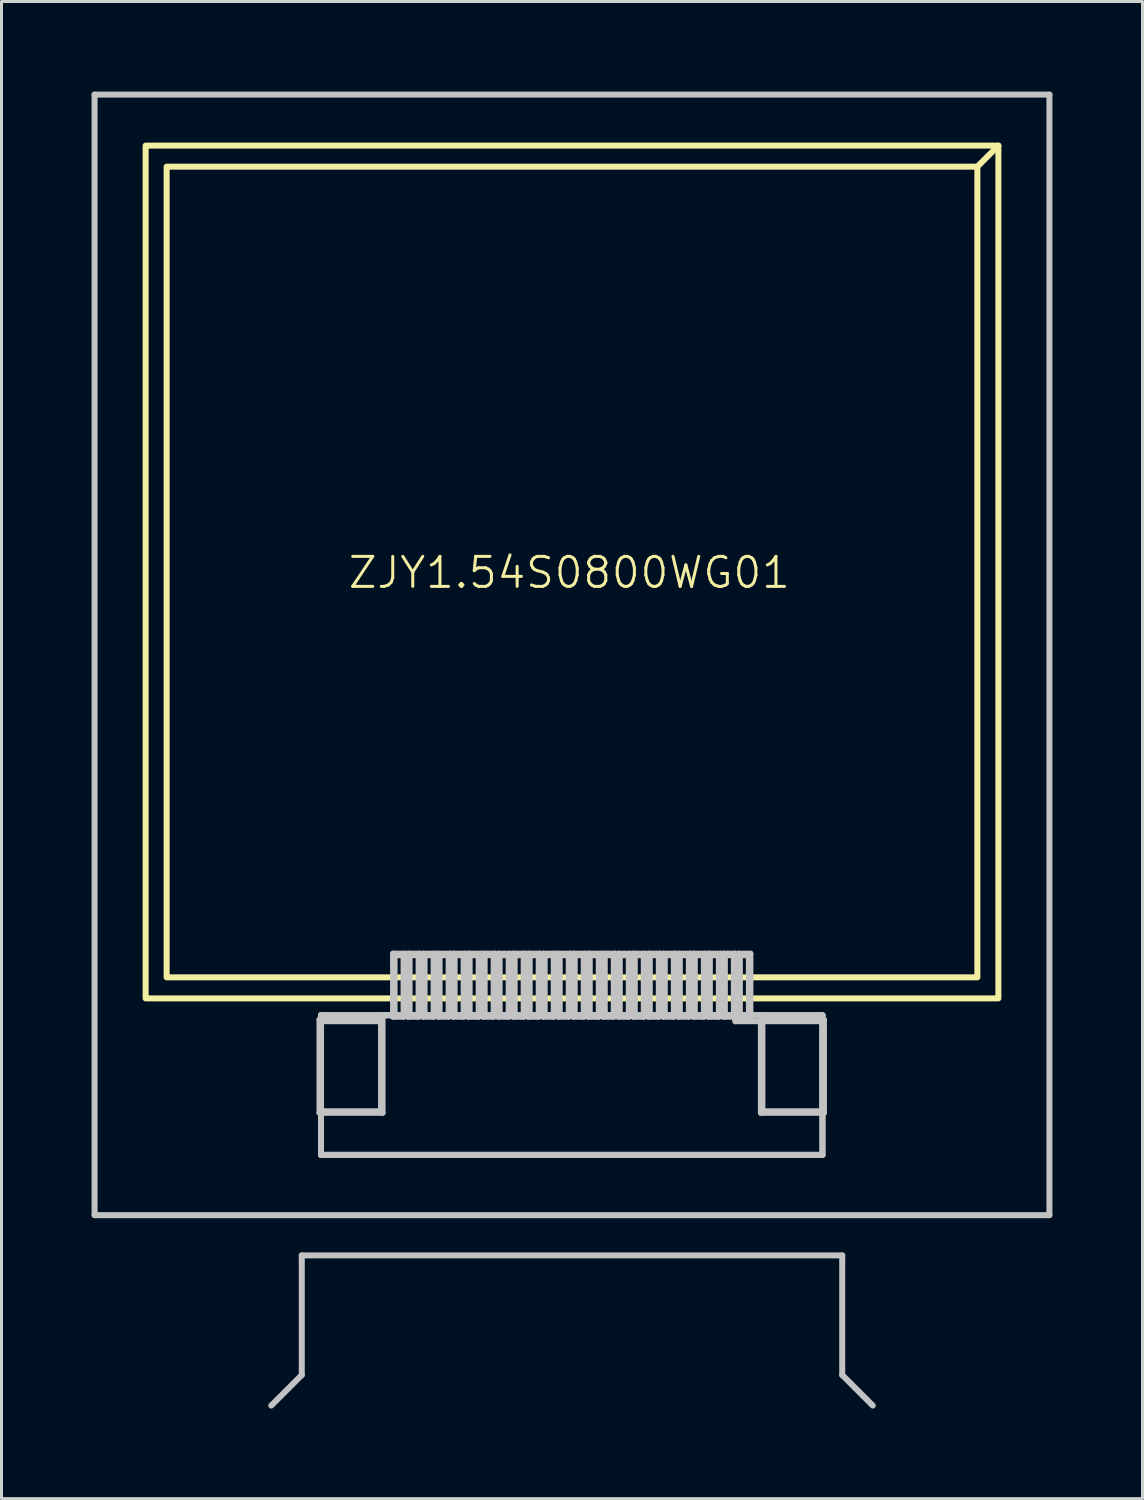
<source format=kicad_pcb>
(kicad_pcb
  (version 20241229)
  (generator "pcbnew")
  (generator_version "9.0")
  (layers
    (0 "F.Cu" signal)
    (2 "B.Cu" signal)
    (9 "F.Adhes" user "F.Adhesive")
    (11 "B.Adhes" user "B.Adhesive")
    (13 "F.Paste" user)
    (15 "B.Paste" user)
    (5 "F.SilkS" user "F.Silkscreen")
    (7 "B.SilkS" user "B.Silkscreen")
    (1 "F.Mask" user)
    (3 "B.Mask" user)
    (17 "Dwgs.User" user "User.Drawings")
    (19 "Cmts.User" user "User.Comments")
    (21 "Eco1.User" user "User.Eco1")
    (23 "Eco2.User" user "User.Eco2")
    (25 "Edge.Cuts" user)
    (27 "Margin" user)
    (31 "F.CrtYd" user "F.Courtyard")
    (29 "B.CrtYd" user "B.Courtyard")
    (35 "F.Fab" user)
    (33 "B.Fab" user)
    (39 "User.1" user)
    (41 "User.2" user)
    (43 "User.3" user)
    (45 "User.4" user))
  (footprint "ZJY1.54S0800WG01"
    (layer "F.Cu")
    (at 15.911 16.521)
    (property "Reference" "ZJY1.54S0800WG01" (at 0 -0.5 0) (unlocked yes) (layer "F.SilkS") (effects (font (size 1 1) (thickness 0.1))))
    (attr smd board_only exclude_from_pos_files exclude_from_bom)
    (fp_line (start 13.589 -14.021) (end 14.289 -14.721) (stroke (width 0.2) (type default)) (layer "F.SilkS"))
    (fp_poly (pts (xy -14.111 13.679) (xy -14.111 -14.721) (xy 14.289 -14.721) (xy 14.289 13.679)) (stroke (width 0.2) (type solid)) (fill no) (layer "F.SilkS"))
    (fp_poly (pts (xy -13.411 -14.021) (xy -13.411 12.979) (xy 13.589 12.979) (xy 13.589 -14.021)) (stroke (width 0.2) (type solid)) (fill no) (layer "F.SilkS"))
    (fp_line (start -15.811 -16.421) (end -15.811 20.899) (stroke (width 0.2) (type default)) (layer "Dwgs.User"))
    (fp_line (start -15.811 20.899) (end 15.989 20.899) (stroke (width 0.2) (type default)) (layer "Dwgs.User"))
    (fp_line (start -8.911 22.239) (end -8.911 26.223) (stroke (width 0.2) (type default)) (layer "Dwgs.User"))
    (fp_line (start -8.911 26.223) (end -9.927 27.239) (stroke (width 0.2) (type default)) (layer "Dwgs.User"))
    (fp_line (start -8.32 14.39) (end -6.27 14.39) (stroke (width 0.2) (type default)) (layer "Dwgs.User"))
    (fp_line (start -8.32 17.49) (end -8.32 14.39) (stroke (width 0.2) (type default)) (layer "Dwgs.User"))
    (fp_line (start -8.27 14.24) (end -8.27 18.89) (stroke (width 0.2) (type default)) (layer "Dwgs.User"))
    (fp_line (start -8.27 14.24) (end -8.27 18.89) (stroke (width 0.2) (type default)) (layer "Dwgs.User"))
    (fp_line (start -8.27 14.44) (end -6.27 14.44) (stroke (width 0.2) (type default)) (layer "Dwgs.User"))
    (fp_line (start -8.27 17.44) (end -8.27 14.44) (stroke (width 0.2) (type default)) (layer "Dwgs.User"))
    (fp_line (start -8.27 18.89) (end 8.43 18.89) (stroke (width 0.2) (type default)) (layer "Dwgs.User"))
    (fp_line (start -8.27 18.89) (end 8.43 18.89) (stroke (width 0.2) (type default)) (layer "Dwgs.User"))
    (fp_line (start -6.27 14.39) (end -6.27 17.44) (stroke (width 0.2) (type default)) (layer "Dwgs.User"))
    (fp_line (start -6.27 17.44) (end -8.27 17.44) (stroke (width 0.2) (type default)) (layer "Dwgs.User"))
    (fp_line (start -6.22 14.24) (end -6.22 17.49) (stroke (width 0.2) (type default)) (layer "Dwgs.User"))
    (fp_line (start -6.22 17.49) (end -8.32 17.49) (stroke (width 0.2) (type default)) (layer "Dwgs.User"))
    (fp_line (start -5.87 12.19) (end -5.47 12.19) (stroke (width 0.2) (type default)) (layer "Dwgs.User"))
    (fp_line (start -5.87 14.29) (end -5.87 12.19) (stroke (width 0.2) (type default)) (layer "Dwgs.User"))
    (fp_line (start -5.82 12.24) (end -5.52 12.24) (stroke (width 0.2) (type default)) (layer "Dwgs.User"))
    (fp_line (start -5.82 14.24) (end -5.82 12.24) (stroke (width 0.2) (type default)) (layer "Dwgs.User"))
    (fp_line (start -5.52 12.24) (end -5.52 14.29) (stroke (width 0.2) (type default)) (layer "Dwgs.User"))
    (fp_line (start -5.52 14.24) (end -6.22 14.24) (stroke (width 0.2) (type default)) (layer "Dwgs.User"))
    (fp_line (start -5.52 14.29) (end -5.87 14.29) (stroke (width 0.2) (type default)) (layer "Dwgs.User"))
    (fp_line (start -5.47 12.19) (end -5.47 14.24) (stroke (width 0.2) (type default)) (layer "Dwgs.User"))
    (fp_line (start -5.37 12.19) (end -4.97 12.19) (stroke (width 0.2) (type default)) (layer "Dwgs.User"))
    (fp_line (start -5.37 14.29) (end -5.37 12.19) (stroke (width 0.2) (type default)) (layer "Dwgs.User"))
    (fp_line (start -5.32 12.24) (end -5.02 12.24) (stroke (width 0.2) (type default)) (layer "Dwgs.User"))
    (fp_line (start -5.32 14.24) (end -5.32 12.24) (stroke (width 0.2) (type default)) (layer "Dwgs.User"))
    (fp_line (start -5.02 12.24) (end -5.02 14.29) (stroke (width 0.2) (type default)) (layer "Dwgs.User"))
    (fp_line (start -5.02 14.24) (end -5.47 14.24) (stroke (width 0.2) (type default)) (layer "Dwgs.User"))
    (fp_line (start -5.02 14.29) (end -5.37 14.29) (stroke (width 0.2) (type default)) (layer "Dwgs.User"))
    (fp_line (start -4.97 12.19) (end -4.97 14.24) (stroke (width 0.2) (type default)) (layer "Dwgs.User"))
    (fp_line (start -4.87 12.19) (end -4.47 12.19) (stroke (width 0.2) (type default)) (layer "Dwgs.User"))
    (fp_line (start -4.87 14.29) (end -4.87 12.19) (stroke (width 0.2) (type default)) (layer "Dwgs.User"))
    (fp_line (start -4.82 12.24) (end -4.52 12.24) (stroke (width 0.2) (type default)) (layer "Dwgs.User"))
    (fp_line (start -4.82 14.24) (end -4.82 12.24) (stroke (width 0.2) (type default)) (layer "Dwgs.User"))
    (fp_line (start -4.52 12.24) (end -4.52 14.29) (stroke (width 0.2) (type default)) (layer "Dwgs.User"))
    (fp_line (start -4.52 14.24) (end -4.97 14.24) (stroke (width 0.2) (type default)) (layer "Dwgs.User"))
    (fp_line (start -4.52 14.29) (end -4.87 14.29) (stroke (width 0.2) (type default)) (layer "Dwgs.User"))
    (fp_line (start -4.47 12.19) (end -4.47 14.24) (stroke (width 0.2) (type default)) (layer "Dwgs.User"))
    (fp_line (start -4.37 12.19) (end -3.97 12.19) (stroke (width 0.2) (type default)) (layer "Dwgs.User"))
    (fp_line (start -4.37 14.29) (end -4.37 12.19) (stroke (width 0.2) (type default)) (layer "Dwgs.User"))
    (fp_line (start -4.32 12.24) (end -4.02 12.24) (stroke (width 0.2) (type default)) (layer "Dwgs.User"))
    (fp_line (start -4.32 14.24) (end -4.32 12.24) (stroke (width 0.2) (type default)) (layer "Dwgs.User"))
    (fp_line (start -4.02 12.24) (end -4.02 14.29) (stroke (width 0.2) (type default)) (layer "Dwgs.User"))
    (fp_line (start -4.02 14.24) (end -4.47 14.24) (stroke (width 0.2) (type default)) (layer "Dwgs.User"))
    (fp_line (start -4.02 14.29) (end -4.37 14.29) (stroke (width 0.2) (type default)) (layer "Dwgs.User"))
    (fp_line (start -3.97 12.19) (end -3.97 14.24) (stroke (width 0.2) (type default)) (layer "Dwgs.User"))
    (fp_line (start -3.87 12.19) (end -3.47 12.19) (stroke (width 0.2) (type default)) (layer "Dwgs.User"))
    (fp_line (start -3.87 14.29) (end -3.87 12.19) (stroke (width 0.2) (type default)) (layer "Dwgs.User"))
    (fp_line (start -3.82 12.24) (end -3.52 12.24) (stroke (width 0.2) (type default)) (layer "Dwgs.User"))
    (fp_line (start -3.82 14.24) (end -3.82 12.24) (stroke (width 0.2) (type default)) (layer "Dwgs.User"))
    (fp_line (start -3.52 12.24) (end -3.52 14.29) (stroke (width 0.2) (type default)) (layer "Dwgs.User"))
    (fp_line (start -3.52 14.24) (end -3.97 14.24) (stroke (width 0.2) (type default)) (layer "Dwgs.User"))
    (fp_line (start -3.52 14.29) (end -3.87 14.29) (stroke (width 0.2) (type default)) (layer "Dwgs.User"))
    (fp_line (start -3.47 12.19) (end -3.47 14.24) (stroke (width 0.2) (type default)) (layer "Dwgs.User"))
    (fp_line (start -3.37 12.19) (end -2.97 12.19) (stroke (width 0.2) (type default)) (layer "Dwgs.User"))
    (fp_line (start -3.37 14.29) (end -3.37 12.19) (stroke (width 0.2) (type default)) (layer "Dwgs.User"))
    (fp_line (start -3.32 12.24) (end -3.02 12.24) (stroke (width 0.2) (type default)) (layer "Dwgs.User"))
    (fp_line (start -3.32 14.24) (end -3.32 12.24) (stroke (width 0.2) (type default)) (layer "Dwgs.User"))
    (fp_line (start -3.02 12.24) (end -3.02 14.29) (stroke (width 0.2) (type default)) (layer "Dwgs.User"))
    (fp_line (start -3.02 14.24) (end -3.47 14.24) (stroke (width 0.2) (type default)) (layer "Dwgs.User"))
    (fp_line (start -3.02 14.29) (end -3.37 14.29) (stroke (width 0.2) (type default)) (layer "Dwgs.User"))
    (fp_line (start -2.97 12.19) (end -2.97 14.24) (stroke (width 0.2) (type default)) (layer "Dwgs.User"))
    (fp_line (start -2.87 12.19) (end -2.47 12.19) (stroke (width 0.2) (type default)) (layer "Dwgs.User"))
    (fp_line (start -2.87 14.29) (end -2.87 12.19) (stroke (width 0.2) (type default)) (layer "Dwgs.User"))
    (fp_line (start -2.82 12.24) (end -2.52 12.24) (stroke (width 0.2) (type default)) (layer "Dwgs.User"))
    (fp_line (start -2.82 14.24) (end -2.82 12.24) (stroke (width 0.2) (type default)) (layer "Dwgs.User"))
    (fp_line (start -2.52 12.24) (end -2.52 14.29) (stroke (width 0.2) (type default)) (layer "Dwgs.User"))
    (fp_line (start -2.52 14.24) (end -2.97 14.24) (stroke (width 0.2) (type default)) (layer "Dwgs.User"))
    (fp_line (start -2.52 14.29) (end -2.87 14.29) (stroke (width 0.2) (type default)) (layer "Dwgs.User"))
    (fp_line (start -2.47 12.19) (end -2.47 14.24) (stroke (width 0.2) (type default)) (layer "Dwgs.User"))
    (fp_line (start -2.37 12.19) (end -1.97 12.19) (stroke (width 0.2) (type default)) (layer "Dwgs.User"))
    (fp_line (start -2.37 14.29) (end -2.37 12.19) (stroke (width 0.2) (type default)) (layer "Dwgs.User"))
    (fp_line (start -2.32 12.24) (end -2.02 12.24) (stroke (width 0.2) (type default)) (layer "Dwgs.User"))
    (fp_line (start -2.32 14.24) (end -2.32 12.24) (stroke (width 0.2) (type default)) (layer "Dwgs.User"))
    (fp_line (start -2.02 12.24) (end -2.02 14.29) (stroke (width 0.2) (type default)) (layer "Dwgs.User"))
    (fp_line (start -2.02 14.24) (end -2.47 14.24) (stroke (width 0.2) (type default)) (layer "Dwgs.User"))
    (fp_line (start -2.02 14.29) (end -2.37 14.29) (stroke (width 0.2) (type default)) (layer "Dwgs.User"))
    (fp_line (start -1.97 12.19) (end -1.97 14.24) (stroke (width 0.2) (type default)) (layer "Dwgs.User"))
    (fp_line (start -1.87 12.19) (end -1.47 12.19) (stroke (width 0.2) (type default)) (layer "Dwgs.User"))
    (fp_line (start -1.87 14.29) (end -1.87 12.19) (stroke (width 0.2) (type default)) (layer "Dwgs.User"))
    (fp_line (start -1.82 12.24) (end -1.52 12.24) (stroke (width 0.2) (type default)) (layer "Dwgs.User"))
    (fp_line (start -1.82 14.24) (end -1.82 12.24) (stroke (width 0.2) (type default)) (layer "Dwgs.User"))
    (fp_line (start -1.52 12.24) (end -1.52 14.29) (stroke (width 0.2) (type default)) (layer "Dwgs.User"))
    (fp_line (start -1.52 14.24) (end -1.97 14.24) (stroke (width 0.2) (type default)) (layer "Dwgs.User"))
    (fp_line (start -1.52 14.29) (end -1.87 14.29) (stroke (width 0.2) (type default)) (layer "Dwgs.User"))
    (fp_line (start -1.47 12.19) (end -1.47 14.24) (stroke (width 0.2) (type default)) (layer "Dwgs.User"))
    (fp_line (start -1.37 12.19) (end -0.97 12.19) (stroke (width 0.2) (type default)) (layer "Dwgs.User"))
    (fp_line (start -1.37 14.29) (end -1.37 12.19) (stroke (width 0.2) (type default)) (layer "Dwgs.User"))
    (fp_line (start -1.32 12.24) (end -1.02 12.24) (stroke (width 0.2) (type default)) (layer "Dwgs.User"))
    (fp_line (start -1.32 14.24) (end -1.32 12.24) (stroke (width 0.2) (type default)) (layer "Dwgs.User"))
    (fp_line (start -1.02 12.24) (end -1.02 14.29) (stroke (width 0.2) (type default)) (layer "Dwgs.User"))
    (fp_line (start -1.02 14.24) (end -1.47 14.24) (stroke (width 0.2) (type default)) (layer "Dwgs.User"))
    (fp_line (start -1.02 14.29) (end -1.37 14.29) (stroke (width 0.2) (type default)) (layer "Dwgs.User"))
    (fp_line (start -0.97 12.19) (end -0.97 14.24) (stroke (width 0.2) (type default)) (layer "Dwgs.User"))
    (fp_line (start -0.87 12.19) (end -0.47 12.19) (stroke (width 0.2) (type default)) (layer "Dwgs.User"))
    (fp_line (start -0.87 14.29) (end -0.87 12.19) (stroke (width 0.2) (type default)) (layer "Dwgs.User"))
    (fp_line (start -0.82 12.24) (end -0.52 12.24) (stroke (width 0.2) (type default)) (layer "Dwgs.User"))
    (fp_line (start -0.82 14.24) (end -0.82 12.24) (stroke (width 0.2) (type default)) (layer "Dwgs.User"))
    (fp_line (start -0.52 12.24) (end -0.52 14.29) (stroke (width 0.2) (type default)) (layer "Dwgs.User"))
    (fp_line (start -0.52 14.24) (end -0.97 14.24) (stroke (width 0.2) (type default)) (layer "Dwgs.User"))
    (fp_line (start -0.52 14.29) (end -0.87 14.29) (stroke (width 0.2) (type default)) (layer "Dwgs.User"))
    (fp_line (start -0.47 12.19) (end -0.47 14.24) (stroke (width 0.2) (type default)) (layer "Dwgs.User"))
    (fp_line (start -0.37 12.19) (end 0.03 12.19) (stroke (width 0.2) (type default)) (layer "Dwgs.User"))
    (fp_line (start -0.37 14.29) (end -0.37 12.19) (stroke (width 0.2) (type default)) (layer "Dwgs.User"))
    (fp_line (start -0.32 12.24) (end -0.02 12.24) (stroke (width 0.2) (type default)) (layer "Dwgs.User"))
    (fp_line (start -0.32 14.24) (end -0.32 12.24) (stroke (width 0.2) (type default)) (layer "Dwgs.User"))
    (fp_line (start -0.02 12.24) (end -0.02 14.29) (stroke (width 0.2) (type default)) (layer "Dwgs.User"))
    (fp_line (start -0.02 14.24) (end -0.47 14.24) (stroke (width 0.2) (type default)) (layer "Dwgs.User"))
    (fp_line (start -0.02 14.29) (end -0.37 14.29) (stroke (width 0.2) (type default)) (layer "Dwgs.User"))
    (fp_line (start 0.03 12.19) (end 0.03 14.24) (stroke (width 0.2) (type default)) (layer "Dwgs.User"))
    (fp_line (start 0.13 12.19) (end 0.53 12.19) (stroke (width 0.2) (type default)) (layer "Dwgs.User"))
    (fp_line (start 0.13 14.29) (end 0.13 12.19) (stroke (width 0.2) (type default)) (layer "Dwgs.User"))
    (fp_line (start 0.18 12.24) (end 0.48 12.24) (stroke (width 0.2) (type default)) (layer "Dwgs.User"))
    (fp_line (start 0.18 14.24) (end 0.18 12.24) (stroke (width 0.2) (type default)) (layer "Dwgs.User"))
    (fp_line (start 0.48 12.24) (end 0.48 14.29) (stroke (width 0.2) (type default)) (layer "Dwgs.User"))
    (fp_line (start 0.48 14.24) (end 0.03 14.24) (stroke (width 0.2) (type default)) (layer "Dwgs.User"))
    (fp_line (start 0.48 14.29) (end 0.13 14.29) (stroke (width 0.2) (type default)) (layer "Dwgs.User"))
    (fp_line (start 0.53 12.19) (end 0.53 14.24) (stroke (width 0.2) (type default)) (layer "Dwgs.User"))
    (fp_line (start 0.63 12.19) (end 1.03 12.19) (stroke (width 0.2) (type default)) (layer "Dwgs.User"))
    (fp_line (start 0.63 14.29) (end 0.63 12.19) (stroke (width 0.2) (type default)) (layer "Dwgs.User"))
    (fp_line (start 0.68 12.24) (end 0.98 12.24) (stroke (width 0.2) (type default)) (layer "Dwgs.User"))
    (fp_line (start 0.68 14.24) (end 0.68 12.24) (stroke (width 0.2) (type default)) (layer "Dwgs.User"))
    (fp_line (start 0.98 12.24) (end 0.98 14.29) (stroke (width 0.2) (type default)) (layer "Dwgs.User"))
    (fp_line (start 0.98 14.24) (end 0.53 14.24) (stroke (width 0.2) (type default)) (layer "Dwgs.User"))
    (fp_line (start 0.98 14.29) (end 0.63 14.29) (stroke (width 0.2) (type default)) (layer "Dwgs.User"))
    (fp_line (start 1.03 12.19) (end 1.03 14.24) (stroke (width 0.2) (type default)) (layer "Dwgs.User"))
    (fp_line (start 1.13 12.19) (end 1.53 12.19) (stroke (width 0.2) (type default)) (layer "Dwgs.User"))
    (fp_line (start 1.13 14.29) (end 1.13 12.19) (stroke (width 0.2) (type default)) (layer "Dwgs.User"))
    (fp_line (start 1.18 12.24) (end 1.48 12.24) (stroke (width 0.2) (type default)) (layer "Dwgs.User"))
    (fp_line (start 1.18 14.24) (end 1.18 12.24) (stroke (width 0.2) (type default)) (layer "Dwgs.User"))
    (fp_line (start 1.48 12.24) (end 1.48 14.29) (stroke (width 0.2) (type default)) (layer "Dwgs.User"))
    (fp_line (start 1.48 14.24) (end 1.03 14.24) (stroke (width 0.2) (type default)) (layer "Dwgs.User"))
    (fp_line (start 1.48 14.29) (end 1.13 14.29) (stroke (width 0.2) (type default)) (layer "Dwgs.User"))
    (fp_line (start 1.53 12.19) (end 1.53 14.24) (stroke (width 0.2) (type default)) (layer "Dwgs.User"))
    (fp_line (start 1.63 12.19) (end 2.03 12.19) (stroke (width 0.2) (type default)) (layer "Dwgs.User"))
    (fp_line (start 1.63 14.29) (end 1.63 12.19) (stroke (width 0.2) (type default)) (layer "Dwgs.User"))
    (fp_line (start 1.68 12.24) (end 1.98 12.24) (stroke (width 0.2) (type default)) (layer "Dwgs.User"))
    (fp_line (start 1.68 14.24) (end 1.68 12.24) (stroke (width 0.2) (type default)) (layer "Dwgs.User"))
    (fp_line (start 1.98 12.24) (end 1.98 14.29) (stroke (width 0.2) (type default)) (layer "Dwgs.User"))
    (fp_line (start 1.98 14.24) (end 1.53 14.24) (stroke (width 0.2) (type default)) (layer "Dwgs.User"))
    (fp_line (start 1.98 14.29) (end 1.63 14.29) (stroke (width 0.2) (type default)) (layer "Dwgs.User"))
    (fp_line (start 2.03 12.19) (end 2.03 14.24) (stroke (width 0.2) (type default)) (layer "Dwgs.User"))
    (fp_line (start 2.13 12.19) (end 2.53 12.19) (stroke (width 0.2) (type default)) (layer "Dwgs.User"))
    (fp_line (start 2.13 14.29) (end 2.13 12.19) (stroke (width 0.2) (type default)) (layer "Dwgs.User"))
    (fp_line (start 2.18 12.24) (end 2.48 12.24) (stroke (width 0.2) (type default)) (layer "Dwgs.User"))
    (fp_line (start 2.18 14.24) (end 2.18 12.24) (stroke (width 0.2) (type default)) (layer "Dwgs.User"))
    (fp_line (start 2.48 12.24) (end 2.48 14.29) (stroke (width 0.2) (type default)) (layer "Dwgs.User"))
    (fp_line (start 2.48 14.24) (end 2.03 14.24) (stroke (width 0.2) (type default)) (layer "Dwgs.User"))
    (fp_line (start 2.48 14.29) (end 2.13 14.29) (stroke (width 0.2) (type default)) (layer "Dwgs.User"))
    (fp_line (start 2.53 12.19) (end 2.53 14.24) (stroke (width 0.2) (type default)) (layer "Dwgs.User"))
    (fp_line (start 2.63 12.19) (end 3.03 12.19) (stroke (width 0.2) (type default)) (layer "Dwgs.User"))
    (fp_line (start 2.63 14.29) (end 2.63 12.19) (stroke (width 0.2) (type default)) (layer "Dwgs.User"))
    (fp_line (start 2.68 12.24) (end 2.98 12.24) (stroke (width 0.2) (type default)) (layer "Dwgs.User"))
    (fp_line (start 2.68 14.24) (end 2.68 12.24) (stroke (width 0.2) (type default)) (layer "Dwgs.User"))
    (fp_line (start 2.98 12.24) (end 2.98 14.29) (stroke (width 0.2) (type default)) (layer "Dwgs.User"))
    (fp_line (start 2.98 14.24) (end 2.53 14.24) (stroke (width 0.2) (type default)) (layer "Dwgs.User"))
    (fp_line (start 2.98 14.29) (end 2.63 14.29) (stroke (width 0.2) (type default)) (layer "Dwgs.User"))
    (fp_line (start 3.03 12.19) (end 3.03 14.24) (stroke (width 0.2) (type default)) (layer "Dwgs.User"))
    (fp_line (start 3.13 12.19) (end 3.53 12.19) (stroke (width 0.2) (type default)) (layer "Dwgs.User"))
    (fp_line (start 3.13 14.29) (end 3.13 12.19) (stroke (width 0.2) (type default)) (layer "Dwgs.User"))
    (fp_line (start 3.18 12.24) (end 3.48 12.24) (stroke (width 0.2) (type default)) (layer "Dwgs.User"))
    (fp_line (start 3.18 14.24) (end 3.18 12.24) (stroke (width 0.2) (type default)) (layer "Dwgs.User"))
    (fp_line (start 3.48 12.24) (end 3.48 14.29) (stroke (width 0.2) (type default)) (layer "Dwgs.User"))
    (fp_line (start 3.48 14.24) (end 3.03 14.24) (stroke (width 0.2) (type default)) (layer "Dwgs.User"))
    (fp_line (start 3.48 14.29) (end 3.13 14.29) (stroke (width 0.2) (type default)) (layer "Dwgs.User"))
    (fp_line (start 3.53 12.19) (end 3.53 14.24) (stroke (width 0.2) (type default)) (layer "Dwgs.User"))
    (fp_line (start 3.63 12.19) (end 4.03 12.19) (stroke (width 0.2) (type default)) (layer "Dwgs.User"))
    (fp_line (start 3.63 14.29) (end 3.63 12.19) (stroke (width 0.2) (type default)) (layer "Dwgs.User"))
    (fp_line (start 3.68 12.24) (end 3.98 12.24) (stroke (width 0.2) (type default)) (layer "Dwgs.User"))
    (fp_line (start 3.68 14.24) (end 3.68 12.24) (stroke (width 0.2) (type default)) (layer "Dwgs.User"))
    (fp_line (start 3.98 12.24) (end 3.98 14.29) (stroke (width 0.2) (type default)) (layer "Dwgs.User"))
    (fp_line (start 3.98 14.24) (end 3.53 14.24) (stroke (width 0.2) (type default)) (layer "Dwgs.User"))
    (fp_line (start 3.98 14.29) (end 3.63 14.29) (stroke (width 0.2) (type default)) (layer "Dwgs.User"))
    (fp_line (start 4.03 12.19) (end 4.03 14.24) (stroke (width 0.2) (type default)) (layer "Dwgs.User"))
    (fp_line (start 4.13 12.19) (end 4.53 12.19) (stroke (width 0.2) (type default)) (layer "Dwgs.User"))
    (fp_line (start 4.13 14.29) (end 4.13 12.19) (stroke (width 0.2) (type default)) (layer "Dwgs.User"))
    (fp_line (start 4.18 12.24) (end 4.48 12.24) (stroke (width 0.2) (type default)) (layer "Dwgs.User"))
    (fp_line (start 4.18 14.24) (end 4.18 12.24) (stroke (width 0.2) (type default)) (layer "Dwgs.User"))
    (fp_line (start 4.48 12.24) (end 4.48 14.29) (stroke (width 0.2) (type default)) (layer "Dwgs.User"))
    (fp_line (start 4.48 14.24) (end 4.03 14.24) (stroke (width 0.2) (type default)) (layer "Dwgs.User"))
    (fp_line (start 4.48 14.29) (end 4.13 14.29) (stroke (width 0.2) (type default)) (layer "Dwgs.User"))
    (fp_line (start 4.53 12.19) (end 4.53 14.24) (stroke (width 0.2) (type default)) (layer "Dwgs.User"))
    (fp_line (start 4.63 12.19) (end 5.03 12.19) (stroke (width 0.2) (type default)) (layer "Dwgs.User"))
    (fp_line (start 4.63 14.29) (end 4.63 12.19) (stroke (width 0.2) (type default)) (layer "Dwgs.User"))
    (fp_line (start 4.68 12.24) (end 4.98 12.24) (stroke (width 0.2) (type default)) (layer "Dwgs.User"))
    (fp_line (start 4.68 14.24) (end 4.68 12.24) (stroke (width 0.2) (type default)) (layer "Dwgs.User"))
    (fp_line (start 4.98 12.24) (end 4.98 14.29) (stroke (width 0.2) (type default)) (layer "Dwgs.User"))
    (fp_line (start 4.98 14.24) (end 4.53 14.24) (stroke (width 0.2) (type default)) (layer "Dwgs.User"))
    (fp_line (start 4.98 14.29) (end 4.63 14.29) (stroke (width 0.2) (type default)) (layer "Dwgs.User"))
    (fp_line (start 5.03 12.19) (end 5.03 14.24) (stroke (width 0.2) (type default)) (layer "Dwgs.User"))
    (fp_line (start 5.13 12.19) (end 5.53 12.19) (stroke (width 0.2) (type default)) (layer "Dwgs.User"))
    (fp_line (start 5.13 14.29) (end 5.13 12.19) (stroke (width 0.2) (type default)) (layer "Dwgs.User"))
    (fp_line (start 5.18 12.24) (end 5.48 12.24) (stroke (width 0.2) (type default)) (layer "Dwgs.User"))
    (fp_line (start 5.18 14.24) (end 5.18 12.24) (stroke (width 0.2) (type default)) (layer "Dwgs.User"))
    (fp_line (start 5.48 12.24) (end 5.48 14.29) (stroke (width 0.2) (type default)) (layer "Dwgs.User"))
    (fp_line (start 5.48 14.24) (end 5.03 14.24) (stroke (width 0.2) (type default)) (layer "Dwgs.User"))
    (fp_line (start 5.48 14.29) (end 5.13 14.29) (stroke (width 0.2) (type default)) (layer "Dwgs.User"))
    (fp_line (start 5.53 12.19) (end 5.53 14.44) (stroke (width 0.2) (type default)) (layer "Dwgs.User"))
    (fp_line (start 5.53 14.44) (end 8.43 14.44) (stroke (width 0.2) (type default)) (layer "Dwgs.User"))
    (fp_line (start 5.63 12.19) (end 6.03 12.19) (stroke (width 0.2) (type default)) (layer "Dwgs.User"))
    (fp_line (start 5.63 14.29) (end 5.63 12.19) (stroke (width 0.2) (type default)) (layer "Dwgs.User"))
    (fp_line (start 5.68 12.24) (end 5.98 12.24) (stroke (width 0.2) (type default)) (layer "Dwgs.User"))
    (fp_line (start 5.68 14.24) (end 5.68 12.24) (stroke (width 0.2) (type default)) (layer "Dwgs.User"))
    (fp_line (start 5.98 12.24) (end 5.98 14.24) (stroke (width 0.2) (type default)) (layer "Dwgs.User"))
    (fp_line (start 6.03 12.19) (end 6.03 14.29) (stroke (width 0.2) (type default)) (layer "Dwgs.User"))
    (fp_line (start 6.03 14.29) (end 5.63 14.29) (stroke (width 0.2) (type default)) (layer "Dwgs.User"))
    (fp_line (start 6.03 14.29) (end 5.98 14.24) (stroke (width 0.2) (type default)) (layer "Dwgs.User"))
    (fp_line (start 6.38 14.24) (end 5.68 14.24) (stroke (width 0.2) (type default)) (layer "Dwgs.User"))
    (fp_line (start 6.38 17.49) (end 6.38 14.24) (stroke (width 0.2) (type default)) (layer "Dwgs.User"))
    (fp_line (start 6.43 14.39) (end 8.48 14.39) (stroke (width 0.2) (type default)) (layer "Dwgs.User"))
    (fp_line (start 6.43 17.44) (end 6.43 14.39) (stroke (width 0.2) (type default)) (layer "Dwgs.User"))
    (fp_line (start 8.43 14.24) (end -8.27 14.24) (stroke (width 0.2) (type default)) (layer "Dwgs.User"))
    (fp_line (start 8.43 14.24) (end -8.27 14.24) (stroke (width 0.2) (type default)) (layer "Dwgs.User"))
    (fp_line (start 8.43 14.44) (end 8.43 17.44) (stroke (width 0.2) (type default)) (layer "Dwgs.User"))
    (fp_line (start 8.43 17.44) (end 6.43 17.44) (stroke (width 0.2) (type default)) (layer "Dwgs.User"))
    (fp_line (start 8.43 18.89) (end 8.43 14.24) (stroke (width 0.2) (type default)) (layer "Dwgs.User"))
    (fp_line (start 8.43 18.89) (end 8.43 14.24) (stroke (width 0.2) (type default)) (layer "Dwgs.User"))
    (fp_line (start 8.48 14.39) (end 8.48 17.49) (stroke (width 0.2) (type default)) (layer "Dwgs.User"))
    (fp_line (start 8.48 17.49) (end 6.38 17.49) (stroke (width 0.2) (type default)) (layer "Dwgs.User"))
    (fp_line (start 9.089 22.239) (end -8.911 22.239) (stroke (width 0.2) (type default)) (layer "Dwgs.User"))
    (fp_line (start 9.089 26.223) (end 9.089 22.239) (stroke (width 0.2) (type default)) (layer "Dwgs.User"))
    (fp_line (start 10.105 27.239) (end 9.089 26.223) (stroke (width 0.2) (type default)) (layer "Dwgs.User"))
    (fp_line (start 15.989 -16.421) (end -15.811 -16.421) (stroke (width 0.2) (type default)) (layer "Dwgs.User"))
    (fp_line (start 15.989 20.899) (end 15.989 -16.421) (stroke (width 0.2) (type default)) (layer "Dwgs.User")))
  (gr_rect
    (start -3 -3)
    (end 35 46.86)
    (stroke (width 0.1) (type default))
    (fill no)
    (layer "Edge.Cuts")))
</source>
